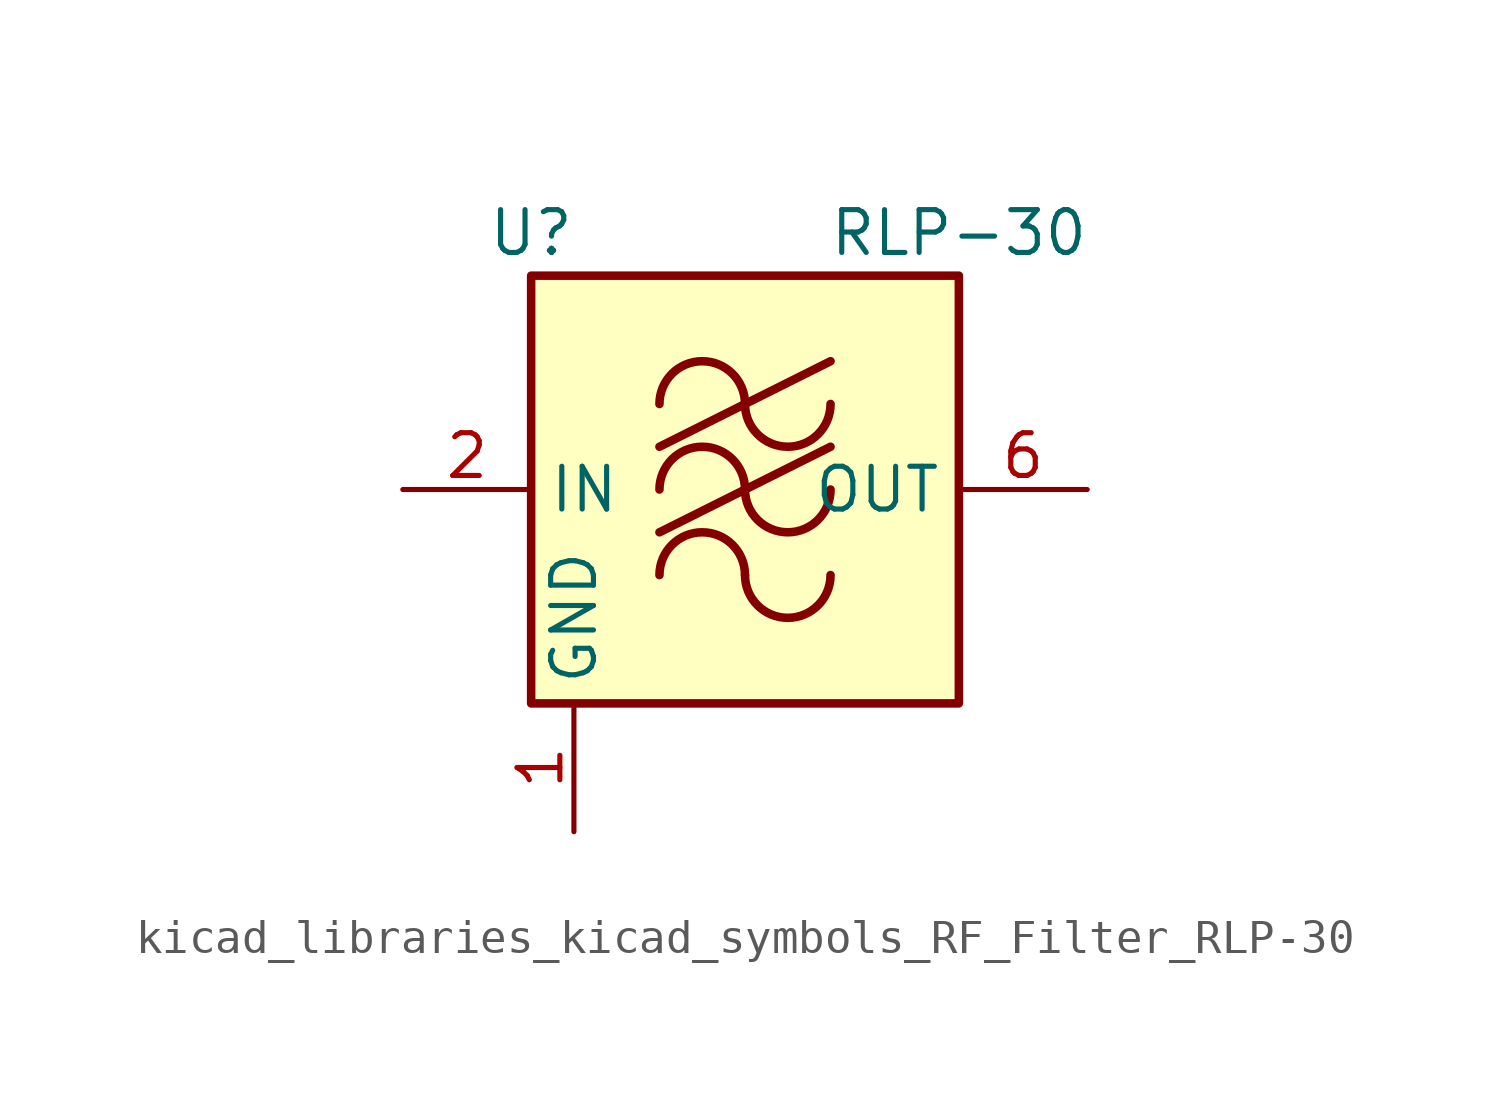
<source format=kicad_sym>
(kicad_symbol_lib
  (version 20220914)
  (generator kicad_symbol_editor)
  (symbol "kicad_libraries_kicad_symbols_RF_Filter_RLP-30"
    (property "Reference" "U"
      (at -6.35 7.62 0)
      (effects (font (size 1.27 1.27))))
    (property "Value" "RLP-30"
      (at 6.35 7.62 0)
      (effects (font (size 1.27 1.27))))
    (symbol "kicad_libraries_kicad_symbols_RF_Filter_RLP-30_0_1"
      (rectangle (start -6.35 6.35) (end 6.35 -6.35) (stroke (width 0.254) (type default)) (fill (type background)))
      (arc (start 0 -2.54) (mid -1.27 -1.2755) (end -2.54 -2.54) (stroke (width 0.254) (type default)) (fill (type none)))
      (arc (start 0 -2.54) (mid 1.27 -3.8045) (end 2.54 -2.54) (stroke (width 0.254) (type default)) (fill (type none)))
      (arc (start 0 0) (mid -1.27 1.2645) (end -2.54 0) (stroke (width 0.254) (type default)) (fill (type none)))
      (polyline (pts (xy -2.54 -1.27) (xy 2.54 1.27)) (stroke (width 0.254) (type default)) (fill (type none)))
      (polyline (pts (xy -2.54 1.27) (xy 2.54 3.81)) (stroke (width 0.254) (type default)) (fill (type none)))
      (arc (start 0 0) (mid 1.27 -1.2645) (end 2.54 0) (stroke (width 0.254) (type default)) (fill (type none)))
      (arc (start 0 2.54) (mid -1.27 3.8045) (end -2.54 2.54) (stroke (width 0.254) (type default)) (fill (type none)))
      (arc (start 0 2.54) (mid 1.27 1.2755) (end 2.54 2.54) (stroke (width 0.254) (type default)) (fill (type none))))
    (symbol "kicad_libraries_kicad_symbols_RF_Filter_RLP-30_1_1"
      (pin power_in line (at -5.08 -10.16 90) (length 3.81) (name "GND" (effects (font (size 1.27 1.27)))) (number "1" (effects (font (size 1.27 1.27)))))
      (pin input line (at -10.16 0 0) (length 3.81) (name "IN" (effects (font (size 1.27 1.27)))) (number "2" (effects (font (size 1.27 1.27)))))
      (pin passive line (at -5.08 -10.16 90) (length 3.81) hide (name "GND" (effects (font (size 1.27 1.27)))) (number "3" (effects (font (size 1.27 1.27)))))
      (pin passive line (at -5.08 -10.16 90) (length 3.81) hide (name "GND" (effects (font (size 1.27 1.27)))) (number "4" (effects (font (size 1.27 1.27)))))
      (pin passive line (at -5.08 -10.16 90) (length 3.81) hide (name "GND" (effects (font (size 1.27 1.27)))) (number "5" (effects (font (size 1.27 1.27)))))
      (pin output line (at 10.16 0 180) (length 3.81) (name "OUT" (effects (font (size 1.27 1.27)))) (number "6" (effects (font (size 1.27 1.27)))))
      (pin passive line (at -5.08 -10.16 90) (length 3.81) hide (name "GND" (effects (font (size 1.27 1.27)))) (number "7" (effects (font (size 1.27 1.27)))))
      (pin passive line (at -5.08 -10.16 90) (length 3.81) hide (name "GND" (effects (font (size 1.27 1.27)))) (number "8" (effects (font (size 1.27 1.27))))))))
</source>
